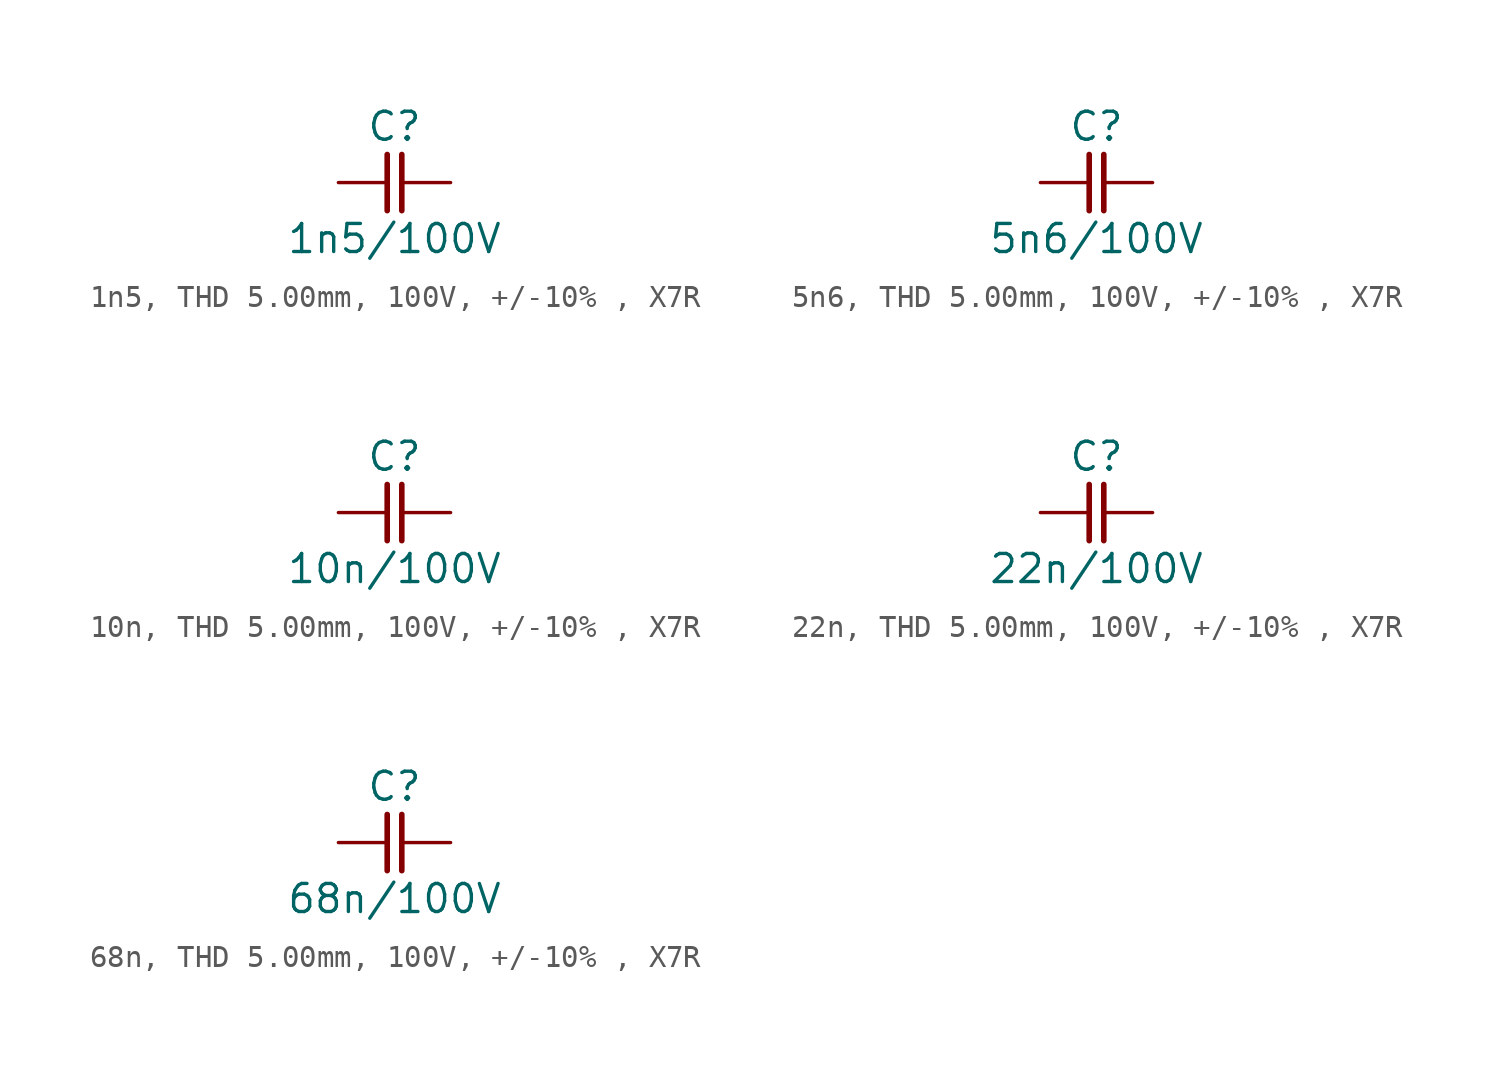
<source format=kicad_sym>
(kicad_symbol_lib
  (version 20231120)
  (generator "kicad_symbol_editor")
  (generator_version "8.0")
  (symbol "1n5, THD 5.00mm, 100V, +/-10% , X7R"
    (pin_numbers hide)
    (pin_names
      (offset 0) hide)
    (property "Reference" "C"
      (at 0 2.54 0)
      (effects (font (size 1.27 1.27))))
    (property "Value" "1n5/100V"
      (at 0 -2.54 0)
      (effects (font (size 1.27 1.27))))
    (symbol "1n5, THD 5.00mm, 100V, +/-10% , X7R_0_1"
      (polyline (pts (xy -0.33 1.27) (xy -0.33 -1.27)) (stroke (width 0.254) (type default)) (fill (type none)))
      (polyline (pts (xy 0.33 1.27) (xy 0.33 -1.27)) (stroke (width 0.254) (type default)) (fill (type none))))
    (symbol "1n5, THD 5.00mm, 100V, +/-10% , X7R_1_1"
      (pin passive line (at -2.54 0 0) (length 2.21) (name "1" (effects (font (size 1.27 1.27)))) (number "1" (effects (font (size 1.27 1.27)))))
      (pin passive line (at 2.54 0 180) (length 2.21) (name "2" (effects (font (size 1.27 1.27)))) (number "2" (effects (font (size 1.27 1.27)))))))
  (symbol "5n6, THD 5.00mm, 100V, +/-10% , X7R"
    (pin_numbers hide)
    (pin_names
      (offset 0) hide)
    (property "Reference" "C"
      (at 0 2.54 0)
      (effects (font (size 1.27 1.27))))
    (property "Value" "5n6/100V"
      (at 0 -2.54 0)
      (effects (font (size 1.27 1.27))))
    (symbol "5n6, THD 5.00mm, 100V, +/-10% , X7R_0_1"
      (polyline (pts (xy -0.33 1.27) (xy -0.33 -1.27)) (stroke (width 0.254) (type default)) (fill (type none)))
      (polyline (pts (xy 0.33 1.27) (xy 0.33 -1.27)) (stroke (width 0.254) (type default)) (fill (type none))))
    (symbol "5n6, THD 5.00mm, 100V, +/-10% , X7R_1_1"
      (pin passive line (at -2.54 0 0) (length 2.21) (name "1" (effects (font (size 1.27 1.27)))) (number "1" (effects (font (size 1.27 1.27)))))
      (pin passive line (at 2.54 0 180) (length 2.21) (name "2" (effects (font (size 1.27 1.27)))) (number "2" (effects (font (size 1.27 1.27)))))))
  (symbol "10n, THD 5.00mm, 100V, +/-10% , X7R"
    (pin_numbers hide)
    (pin_names
      (offset 0) hide)
    (property "Reference" "C"
      (at 0 2.54 0)
      (effects (font (size 1.27 1.27))))
    (property "Value" "10n/100V"
      (at 0 -2.54 0)
      (effects (font (size 1.27 1.27))))
    (symbol "10n, THD 5.00mm, 100V, +/-10% , X7R_0_1"
      (polyline (pts (xy -0.33 1.27) (xy -0.33 -1.27)) (stroke (width 0.254) (type default)) (fill (type none)))
      (polyline (pts (xy 0.33 1.27) (xy 0.33 -1.27)) (stroke (width 0.254) (type default)) (fill (type none))))
    (symbol "10n, THD 5.00mm, 100V, +/-10% , X7R_1_1"
      (pin passive line (at -2.54 0 0) (length 2.21) (name "1" (effects (font (size 1.27 1.27)))) (number "1" (effects (font (size 1.27 1.27)))))
      (pin passive line (at 2.54 0 180) (length 2.21) (name "2" (effects (font (size 1.27 1.27)))) (number "2" (effects (font (size 1.27 1.27)))))))
  (symbol "22n, THD 5.00mm, 100V, +/-10% , X7R"
    (pin_numbers hide)
    (pin_names
      (offset 0) hide)
    (property "Reference" "C"
      (at 0 2.54 0)
      (effects (font (size 1.27 1.27))))
    (property "Value" "22n/100V"
      (at 0 -2.54 0)
      (effects (font (size 1.27 1.27))))
    (symbol "22n, THD 5.00mm, 100V, +/-10% , X7R_0_1"
      (polyline (pts (xy -0.33 1.27) (xy -0.33 -1.27)) (stroke (width 0.254) (type default)) (fill (type none)))
      (polyline (pts (xy 0.33 1.27) (xy 0.33 -1.27)) (stroke (width 0.254) (type default)) (fill (type none))))
    (symbol "22n, THD 5.00mm, 100V, +/-10% , X7R_1_1"
      (pin passive line (at -2.54 0 0) (length 2.21) (name "1" (effects (font (size 1.27 1.27)))) (number "1" (effects (font (size 1.27 1.27)))))
      (pin passive line (at 2.54 0 180) (length 2.21) (name "2" (effects (font (size 1.27 1.27)))) (number "2" (effects (font (size 1.27 1.27)))))))
  (symbol "68n, THD 5.00mm, 100V, +/-10% , X7R"
    (pin_numbers hide)
    (pin_names
      (offset 0) hide)
    (property "Reference" "C"
      (at 0 2.54 0)
      (effects (font (size 1.27 1.27))))
    (property "Value" "68n/100V"
      (at 0 -2.54 0)
      (effects (font (size 1.27 1.27))))
    (symbol "68n, THD 5.00mm, 100V, +/-10% , X7R_0_1"
      (polyline (pts (xy -0.33 1.27) (xy -0.33 -1.27)) (stroke (width 0.254) (type default)) (fill (type none)))
      (polyline (pts (xy 0.33 1.27) (xy 0.33 -1.27)) (stroke (width 0.254) (type default)) (fill (type none))))
    (symbol "68n, THD 5.00mm, 100V, +/-10% , X7R_1_1"
      (pin passive line (at -2.54 0 0) (length 2.21) (name "1" (effects (font (size 1.27 1.27)))) (number "1" (effects (font (size 1.27 1.27)))))
      (pin passive line (at 2.54 0 180) (length 2.21) (name "2" (effects (font (size 1.27 1.27)))) (number "2" (effects (font (size 1.27 1.27))))))))
</source>
